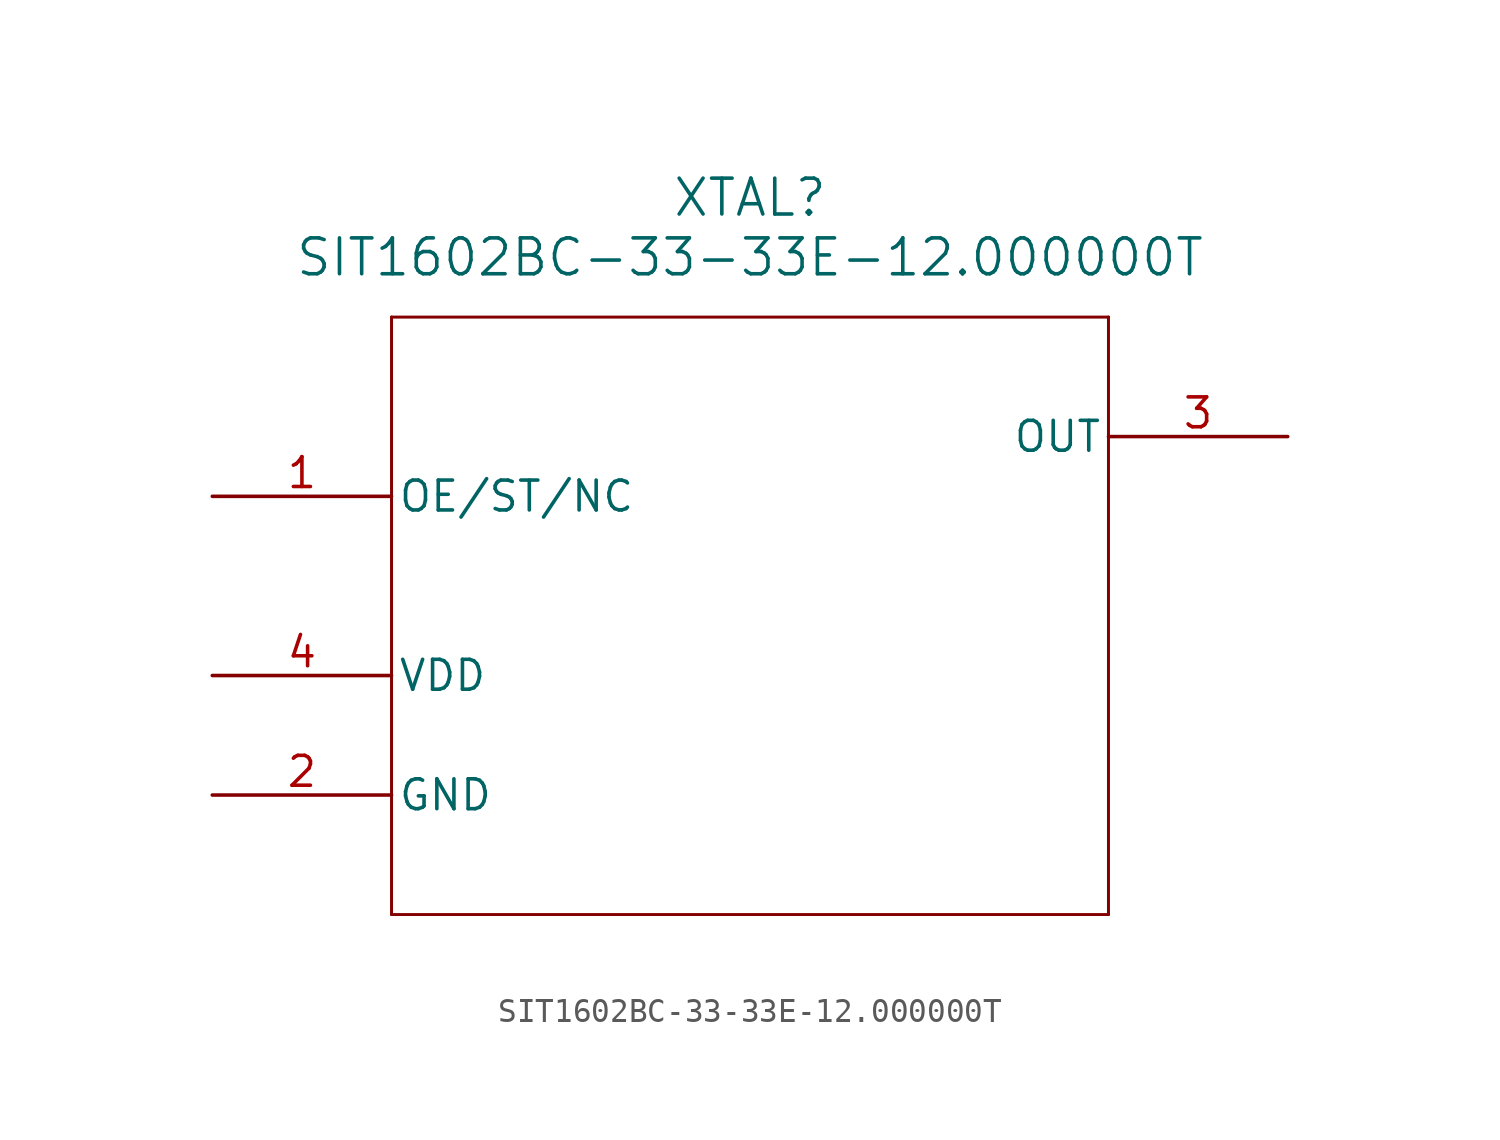
<source format=kicad_sym>
(kicad_symbol_lib
  (version 20211014)
  (generator kicad_symbol_editor)
  (symbol "SIT1602BC-33-33E-12.000000T"
    (pin_names
      (offset 0.254))
    (property "Reference" "XTAL"
      (at 22.86 12.7 0)
      (effects (font (size 1.524 1.524))))
    (property "Value" "SIT1602BC-33-33E-12.000000T"
      (at 22.86 10.16 0)
      (effects (font (size 1.524 1.524))))
    (symbol "SIT1602BC-33-33E-12.000000T_0_1"
      (polyline (pts (xy 7.62 7.62) (xy 7.62 -17.78)) (stroke (width 0.127) (type default) (color 0 0 0 0)) (fill (type none)))
      (polyline (pts (xy 7.62 -17.78) (xy 38.1 -17.78)) (stroke (width 0.127) (type default) (color 0 0 0 0)) (fill (type none)))
      (polyline (pts (xy 38.1 -17.78) (xy 38.1 7.62)) (stroke (width 0.127) (type default) (color 0 0 0 0)) (fill (type none)))
      (polyline (pts (xy 38.1 7.62) (xy 7.62 7.62)) (stroke (width 0.127) (type default) (color 0 0 0 0)) (fill (type none)))
      (pin unspecified line (at 0 0 0) (length 7.62) (name "OE/ST/NC" (effects (font (size 1.27 1.27)))) (number "1" (effects (font (size 1.27 1.27)))))
      (pin power_out line (at 0 -12.7 0) (length 7.62) (name "GND" (effects (font (size 1.27 1.27)))) (number "2" (effects (font (size 1.27 1.27)))))
      (pin output line (at 45.72 2.54 180) (length 7.62) (name "OUT" (effects (font (size 1.27 1.27)))) (number "3" (effects (font (size 1.27 1.27)))))
      (pin power_in line (at 0 -7.62 0) (length 7.62) (name "VDD" (effects (font (size 1.27 1.27)))) (number "4" (effects (font (size 1.27 1.27))))))))
</source>
